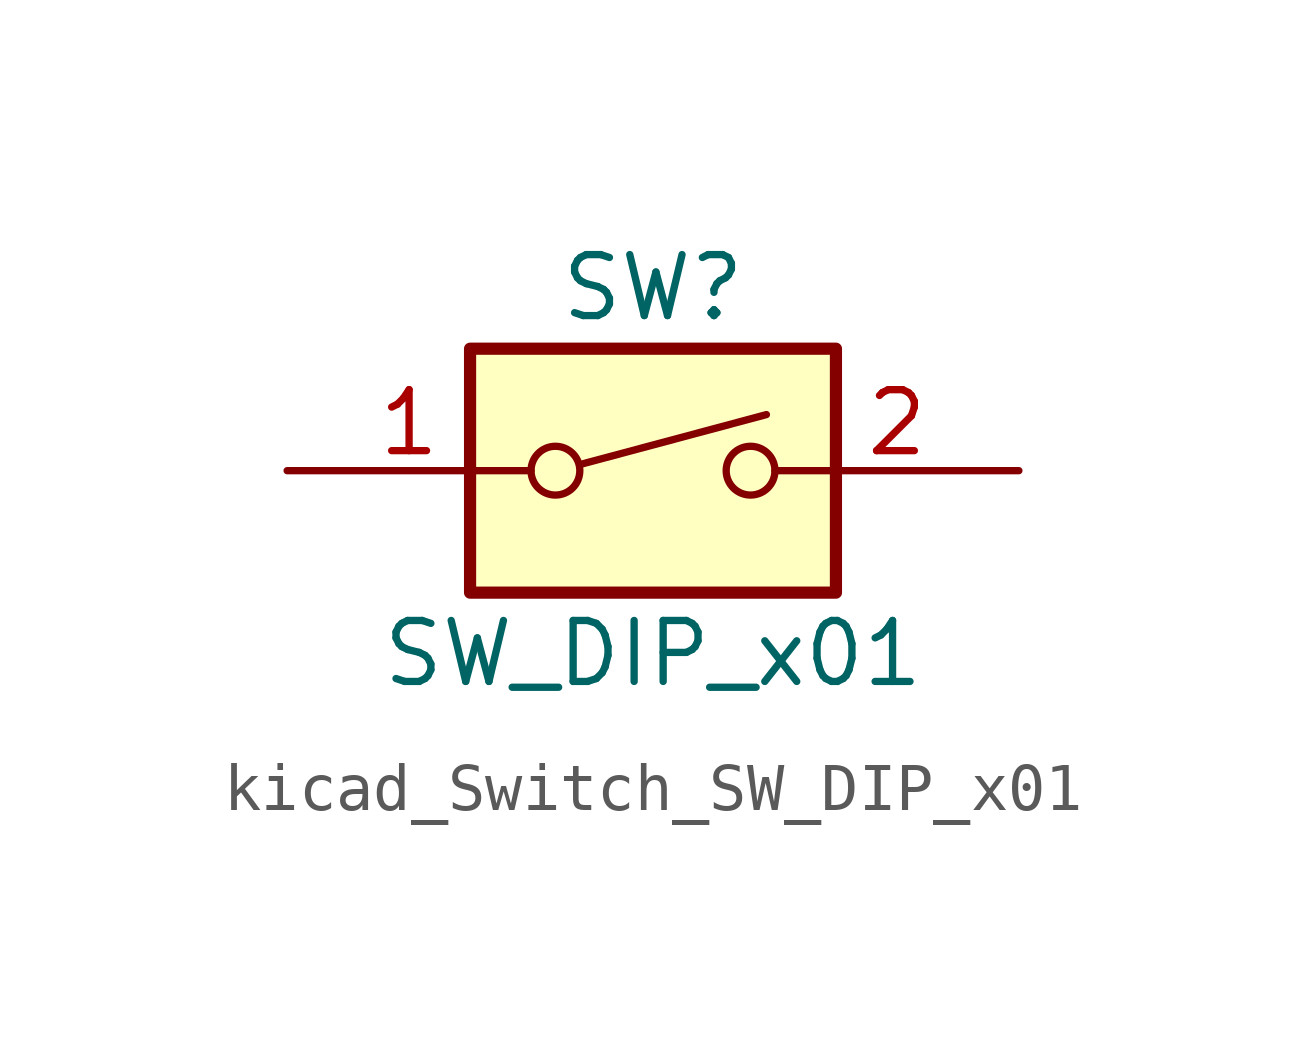
<source format=kicad_sym>
(kicad_symbol_lib
  (version 20220914)
  (generator kicad_symbol_editor)
  (symbol "kicad_Switch_SW_DIP_x01"
    (pin_names
      (offset 0) hide)
    (property "Reference" "SW"
      (at 0 3.81 0)
      (effects (font (size 1.27 1.27))))
    (property "Value" "SW_DIP_x01"
      (at 0 -3.81 0)
      (effects (font (size 1.27 1.27))))
    (symbol "kicad_Switch_SW_DIP_x01_0_0"
      (circle (center -2.032 0) (radius 0.508) (stroke (width 0) (type default)) (fill (type none)))
      (polyline (pts (xy -1.524 0.127) (xy 2.362 1.168)) (stroke (width 0) (type default)) (fill (type none)))
      (circle (center 2.032 0) (radius 0.508) (stroke (width 0) (type default)) (fill (type none))))
    (symbol "kicad_Switch_SW_DIP_x01_0_1"
      (rectangle (start -3.81 2.54) (end 3.81 -2.54) (stroke (width 0.254) (type default)) (fill (type background))))
    (symbol "kicad_Switch_SW_DIP_x01_1_1"
      (pin passive line (at -7.62 0 0) (length 5.08) (name "~" (effects (font (size 1.27 1.27)))) (number "1" (effects (font (size 1.27 1.27)))))
      (pin passive line (at 7.62 0 180) (length 5.08) (name "~" (effects (font (size 1.27 1.27)))) (number "2" (effects (font (size 1.27 1.27))))))))
</source>
